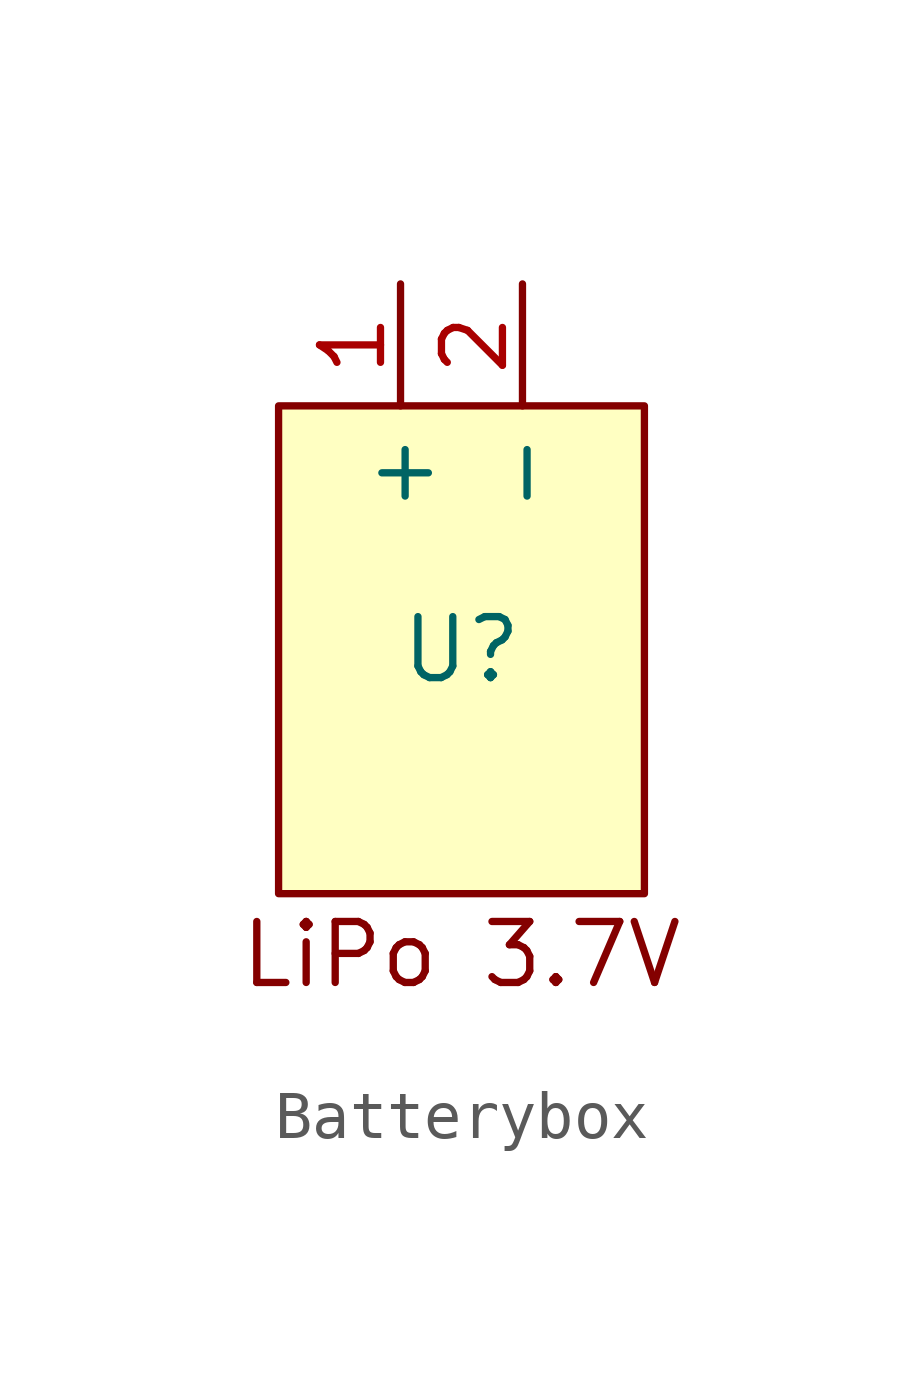
<source format=kicad_sym>
(kicad_symbol_lib
  (version 20220914)
  (generator kicad_symbol_editor)
  (symbol "Batterybox"
    (property "Reference" "U"
      (at 0 0 0)
      (effects (font (size 1.27 1.27))))
    (property "Value" ""
      (at 0 0 0)
      (effects (font (size 1.27 1.27))))
    (symbol "Batterybox_1_1"
      (rectangle (start -3.81 5.08) (end 3.81 -5.08) (stroke (width 0) (type default)) (fill (type background)))
      (text "LiPo 3.7V" (at 0 -6.35 0) (effects (font (size 1.27 1.27))))
      (pin bidirectional line (at -1.27 7.62 270) (length 2.54) (name "+" (effects (font (size 1.27 1.27)))) (number "1" (effects (font (size 1.27 1.27)))))
      (pin bidirectional line (at 1.27 7.62 270) (length 2.54) (name "-" (effects (font (size 1.27 1.27)))) (number "2" (effects (font (size 1.27 1.27))))))))
</source>
